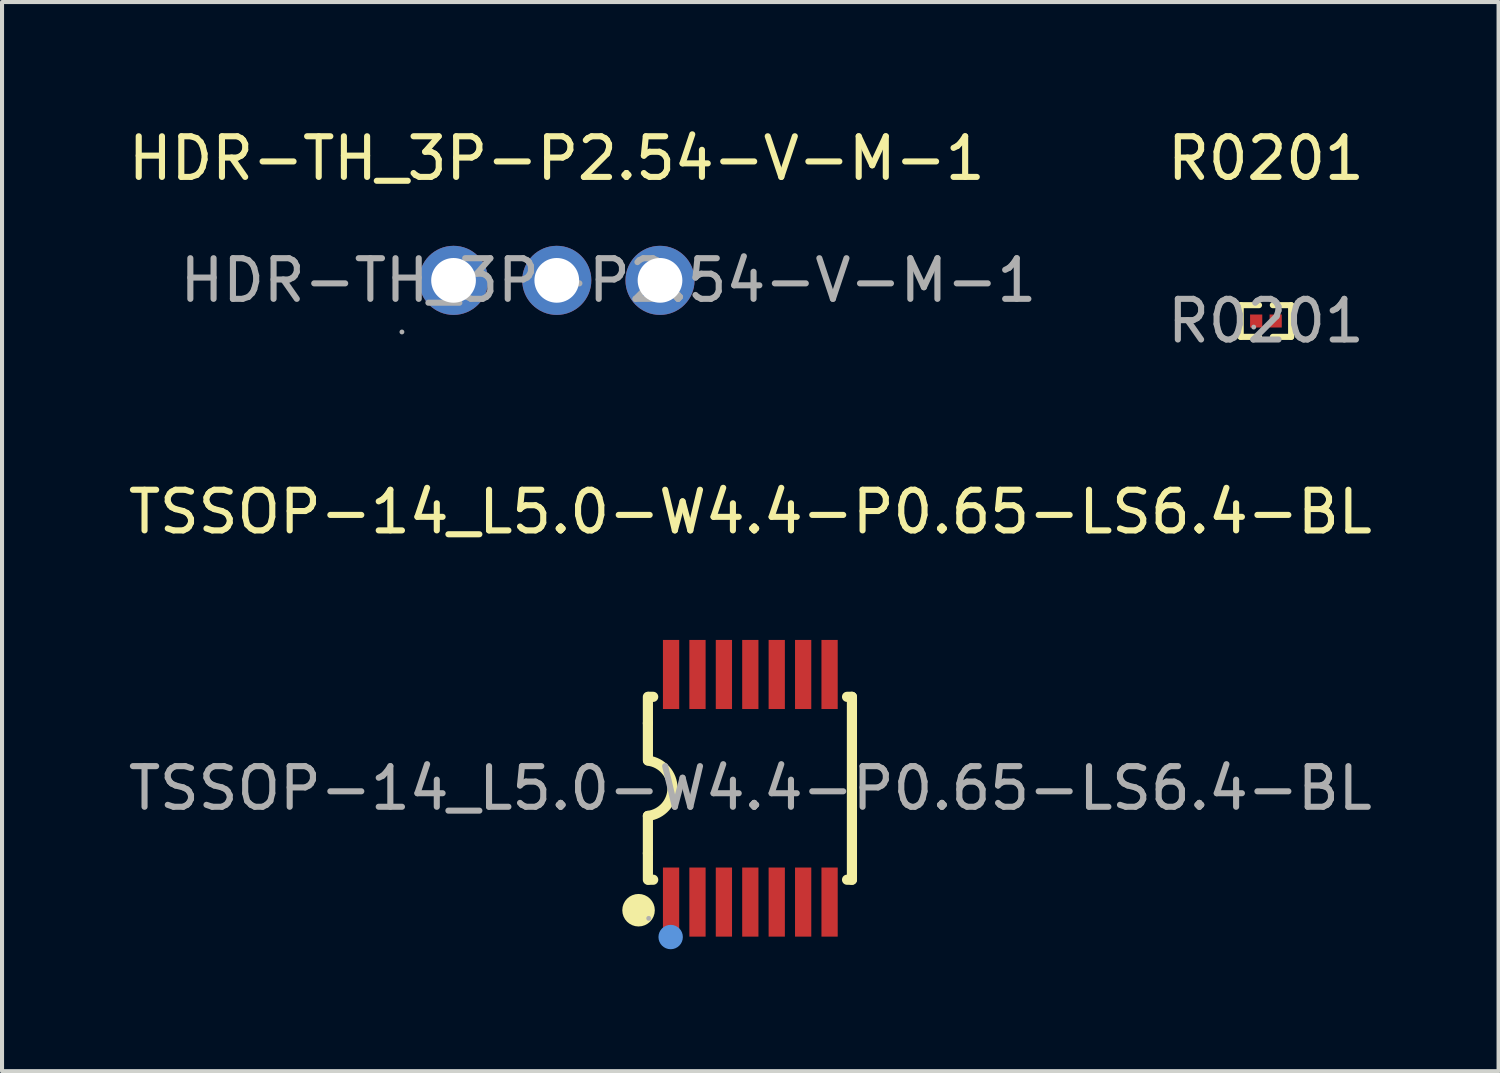
<source format=kicad_pcb>
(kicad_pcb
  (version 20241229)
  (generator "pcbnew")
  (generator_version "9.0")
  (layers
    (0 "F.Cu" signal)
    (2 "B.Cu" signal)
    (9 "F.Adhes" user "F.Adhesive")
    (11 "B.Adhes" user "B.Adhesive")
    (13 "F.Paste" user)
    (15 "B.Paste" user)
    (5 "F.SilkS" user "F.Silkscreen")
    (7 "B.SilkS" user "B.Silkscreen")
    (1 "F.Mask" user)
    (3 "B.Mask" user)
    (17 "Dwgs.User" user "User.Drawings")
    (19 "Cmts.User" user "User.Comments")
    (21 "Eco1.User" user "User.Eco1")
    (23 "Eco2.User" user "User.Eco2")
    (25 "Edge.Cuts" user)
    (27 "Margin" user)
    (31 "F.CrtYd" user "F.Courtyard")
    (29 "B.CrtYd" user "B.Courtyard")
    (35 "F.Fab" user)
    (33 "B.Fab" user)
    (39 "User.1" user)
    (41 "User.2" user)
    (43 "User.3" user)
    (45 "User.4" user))
  (footprint "R0201"
    (layer "F.Cu")
    (at 28.097 4.848)
    (property "Reference" "R0201" (at 0 -4 0) (layer "F.SilkS") (effects (font (size 1 1) (thickness 0.15))))
    (attr through_hole)
    (fp_line (start -0.62 -0.39) (end -0.17 -0.39) (stroke (width 0.15) (type solid)) (layer "F.SilkS"))
    (fp_line (start -0.62 0.39) (end -0.62 -0.39) (stroke (width 0.15) (type solid)) (layer "F.SilkS"))
    (fp_line (start -0.17 0.39) (end -0.62 0.39) (stroke (width 0.15) (type solid)) (layer "F.SilkS"))
    (fp_line (start 0.17 0.39) (end 0.62 0.39) (stroke (width 0.15) (type solid)) (layer "F.SilkS"))
    (fp_line (start 0.62 -0.39) (end 0.17 -0.39) (stroke (width 0.15) (type solid)) (layer "F.SilkS"))
    (fp_line (start 0.62 0.39) (end 0.62 -0.39) (stroke (width 0.15) (type solid)) (layer "F.SilkS"))
    (fp_circle (center -0.3 0.15) (end -0.27 0.15) (stroke (width 0.06) (type solid)) (fill no) (layer "F.Fab"))
    (fp_text user "${REFERENCE}" (at 0 0 0) (layer "F.Fab") (effects (font (size 1 1) (thickness 0.15))))
    (pad "1" smd rect (at -0.24 0) (size 0.3 0.32) (layers "F.Cu" "F.Mask" "F.Paste"))
    (pad "2" smd rect (at 0.24 0) (size 0.3 0.32) (layers "F.Cu" "F.Mask" "F.Paste")))
  (footprint "HDR-TH_3P-P2.54-V-M-1"
    (layer "F.Cu")
    (at 10.649 3.848)
    (property "Reference" "HDR-TH_3P-P2.54-V-M-1" (at 0 -3 0) (layer "F.SilkS") (effects (font (size 1 1) (thickness 0.15))))
    (attr through_hole)
    (fp_circle (center -3.81 1.27) (end -3.78 1.27) (stroke (width 0.06) (type solid)) (fill no) (layer "F.Fab"))
    (fp_text user "${REFERENCE}" (at 1.27 0 0) (layer "F.Fab") (effects (font (size 1 1) (thickness 0.15))))
    (pad "1" thru_hole circle (at -2.54 0) (size 1.7 1.7) (drill 1.1) (layers "*.Cu" "*.Mask"))
    (pad "2" thru_hole circle (at 0 0) (size 1.7 1.7) (drill 1.1) (layers "*.Cu" "*.Mask"))
    (pad "3" thru_hole circle (at 2.54 0) (size 1.7 1.7) (drill 1.1) (layers "*.Cu" "*.Mask")))
  (footprint "TSSOP-14_L5.0-W4.4-P0.65-LS6.4-BL"
    (layer "F.Cu")
    (at 15.411 16.345)
    (property "Reference" "TSSOP-14_L5.0-W4.4-P0.65-LS6.4-BL" (at 0 -6.8 0) (layer "F.SilkS") (effects (font (size 1 1) (thickness 0.15))))
    (attr smd)
    (fp_line (start -2.52 -1.6) (end -2.52 -2.25) (stroke (width 0.25) (type solid)) (layer "F.SilkS"))
    (fp_line (start -2.52 -0.69) (end -2.52 -1.6) (stroke (width 0.25) (type solid)) (layer "F.SilkS"))
    (fp_line (start -2.52 1.6) (end -2.52 0.68) (stroke (width 0.25) (type solid)) (layer "F.SilkS"))
    (fp_line (start -2.52 1.6) (end -2.52 2.25) (stroke (width 0.25) (type solid)) (layer "F.SilkS"))
    (fp_line (start -2.5 -2.25) (end -2.39 -2.25) (stroke (width 0.25) (type solid)) (layer "F.SilkS"))
    (fp_line (start -2.39 2.25) (end -2.5 2.25) (stroke (width 0.25) (type solid)) (layer "F.SilkS"))
    (fp_line (start 2.38 -2.25) (end 2.5 -2.25) (stroke (width 0.25) (type solid)) (layer "F.SilkS"))
    (fp_line (start 2.5 -2.25) (end 2.5 2.25) (stroke (width 0.25) (type solid)) (layer "F.SilkS"))
    (fp_line (start 2.5 2.25) (end 2.38 2.25) (stroke (width 0.25) (type solid)) (layer "F.SilkS"))
    (fp_arc (start -2.515488 -0.679454) (mid -1.915314 0.002272) (end -2.52 0.68) (stroke (width 0.25) (type solid)) (layer "F.SilkS"))
    (fp_circle (center -2.75 3) (end -2.55 3) (stroke (width 0.4) (type solid)) (fill no) (layer "F.SilkS"))
    (fp_circle (center -1.96 3.66) (end -1.81 3.66) (stroke (width 0.3) (type solid)) (fill no) (layer "Cmts.User"))
    (fp_circle (center -2.5 3.2) (end -2.47 3.2) (stroke (width 0.06) (type solid)) (fill no) (layer "F.Fab"))
    (fp_text user "${REFERENCE}" (at 0 0 0) (layer "F.Fab") (effects (font (size 1 1) (thickness 0.15))))
    (pad "1" smd rect (at -1.95 2.8) (size 0.4 1.7) (layers "F.Cu" "F.Mask" "F.Paste"))
    (pad "2" smd rect (at -1.3 2.8) (size 0.4 1.7) (layers "F.Cu" "F.Mask" "F.Paste"))
    (pad "3" smd rect (at -0.65 2.8) (size 0.4 1.7) (layers "F.Cu" "F.Mask" "F.Paste"))
    (pad "4" smd rect (at 0 2.8) (size 0.4 1.7) (layers "F.Cu" "F.Mask" "F.Paste"))
    (pad "5" smd rect (at 0.65 2.8) (size 0.4 1.7) (layers "F.Cu" "F.Mask" "F.Paste"))
    (pad "6" smd rect (at 1.3 2.8) (size 0.4 1.7) (layers "F.Cu" "F.Mask" "F.Paste"))
    (pad "7" smd rect (at 1.95 2.8) (size 0.4 1.7) (layers "F.Cu" "F.Mask" "F.Paste"))
    (pad "8" smd rect (at 1.95 -2.8) (size 0.4 1.7) (layers "F.Cu" "F.Mask" "F.Paste"))
    (pad "9" smd rect (at 1.3 -2.8) (size 0.4 1.7) (layers "F.Cu" "F.Mask" "F.Paste"))
    (pad "10" smd rect (at 0.65 -2.8) (size 0.4 1.7) (layers "F.Cu" "F.Mask" "F.Paste"))
    (pad "11" smd rect (at 0 -2.8) (size 0.4 1.7) (layers "F.Cu" "F.Mask" "F.Paste"))
    (pad "12" smd rect (at -0.65 -2.8) (size 0.4 1.7) (layers "F.Cu" "F.Mask" "F.Paste"))
    (pad "13" smd rect (at -1.3 -2.8) (size 0.4 1.7) (layers "F.Cu" "F.Mask" "F.Paste"))
    (pad "14" smd rect (at -1.95 -2.8) (size 0.4 1.7) (layers "F.Cu" "F.Mask" "F.Paste")))
  (gr_rect
    (start -3 -3)
    (end 33.821 23.305)
    (stroke (width 0.1) (type default))
    (fill no)
    (layer "Edge.Cuts")))
</source>
